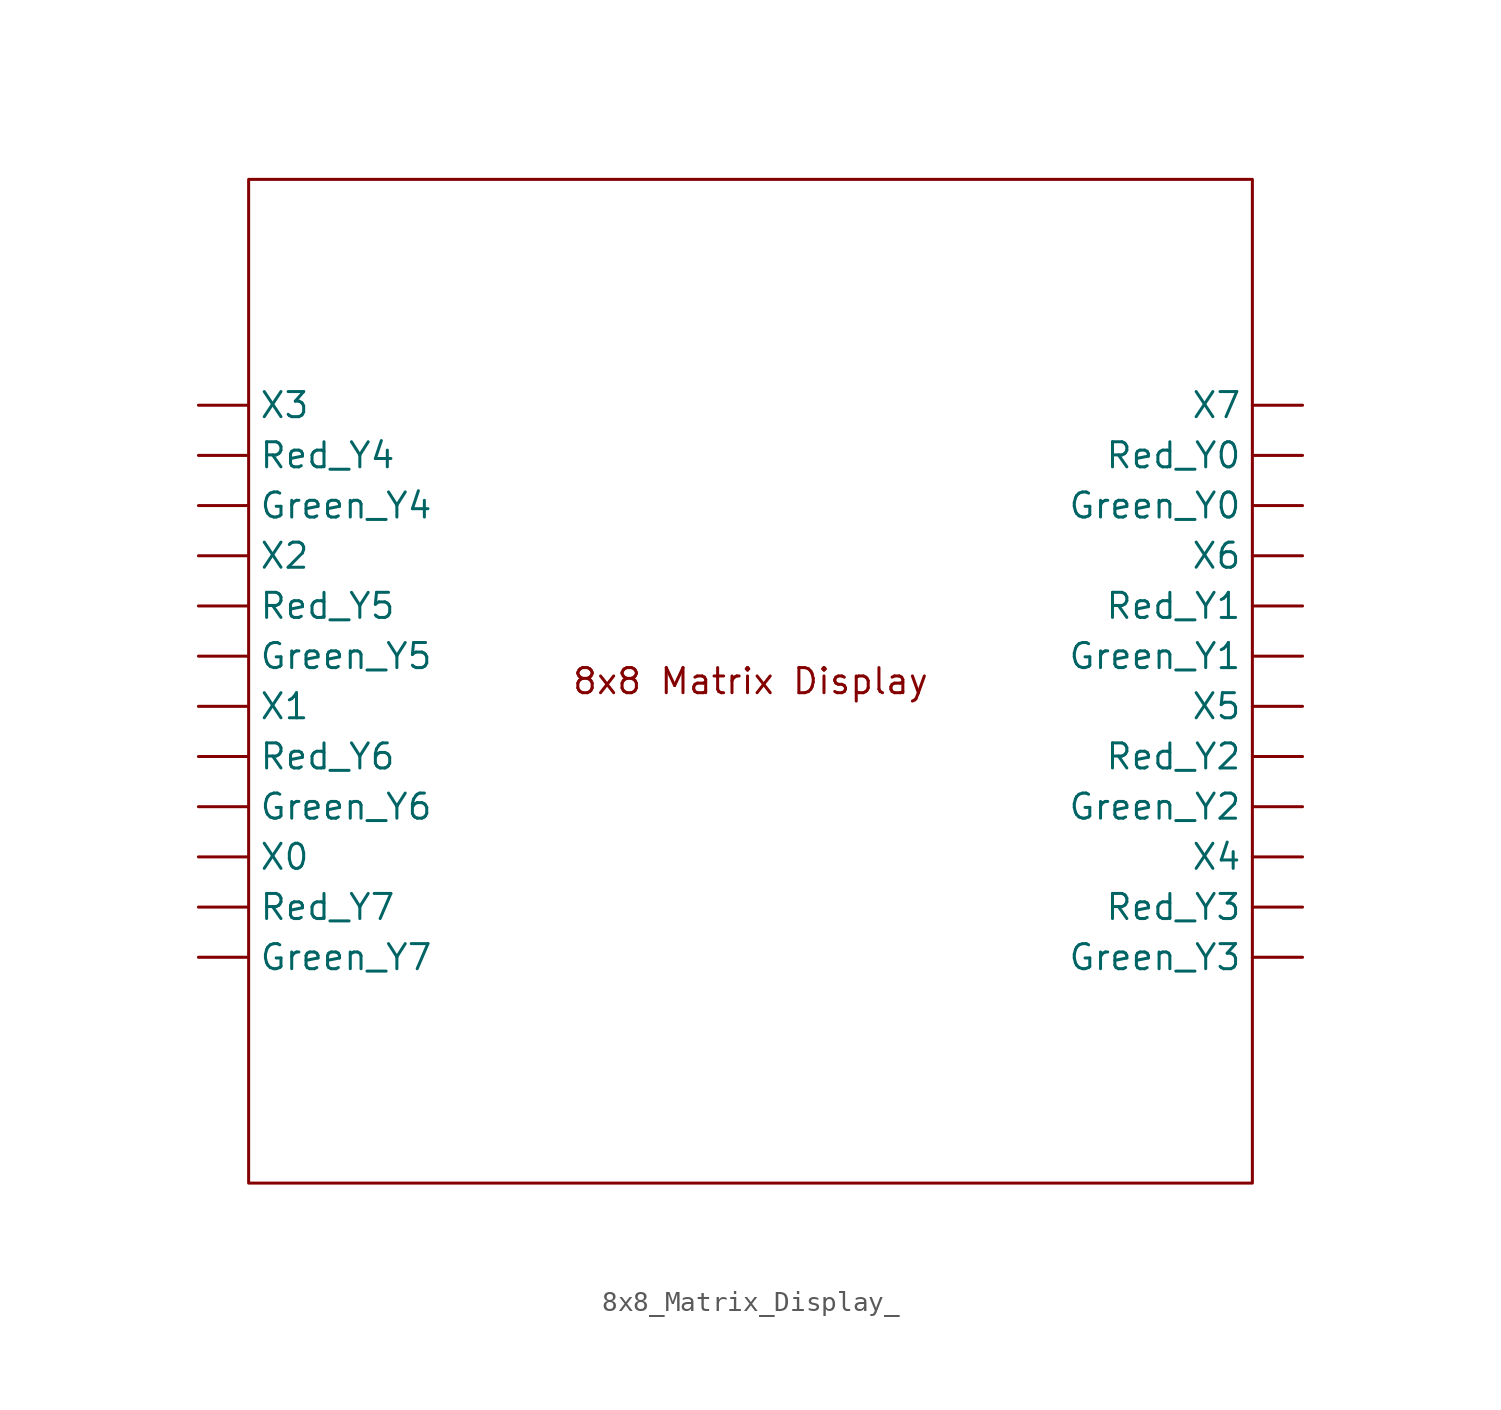
<source format=kicad_sym>
(kicad_symbol_lib
  (version 20220914)
  (generator kicad_symbol_editor)
  (symbol "8x8_Matrix_Display_"
    (property "Reference" "U"
      (at 0 0 0)
      (effects (font (size 1.27 1.27)) hide))
    (property "Value" ""
      (at 0 0 0)
      (effects (font (size 1.27 1.27))))
    (symbol "8x8_Matrix_Display__0_1"
      (rectangle (start -25.4 25.4) (end 25.4 -25.4) (stroke (width 0) (type default)) (fill (type none))))
    (symbol "8x8_Matrix_Display__1_1"
      (text "8x8 Matrix Display" (at 0 0 0) (effects (font (size 1.27 1.27))))
      (pin input line (at 27.94 8.89 180) (length 2.54) (name "Green_Y0" (effects (font (size 1.27 1.27)))) (number "" (effects (font (size 1.27 1.27)))))
      (pin input line (at 27.94 1.27 180) (length 2.54) (name "Green_Y1" (effects (font (size 1.27 1.27)))) (number "" (effects (font (size 1.27 1.27)))))
      (pin input line (at 27.94 -6.35 180) (length 2.54) (name "Green_Y2" (effects (font (size 1.27 1.27)))) (number "" (effects (font (size 1.27 1.27)))))
      (pin input line (at 27.94 -13.97 180) (length 2.54) (name "Green_Y3" (effects (font (size 1.27 1.27)))) (number "" (effects (font (size 1.27 1.27)))))
      (pin input line (at -27.94 8.89 0) (length 2.54) (name "Green_Y4" (effects (font (size 1.27 1.27)))) (number "" (effects (font (size 1.27 1.27)))))
      (pin input line (at -27.94 1.27 0) (length 2.54) (name "Green_Y5" (effects (font (size 1.27 1.27)))) (number "" (effects (font (size 1.27 1.27)))))
      (pin input line (at -27.94 -6.35 0) (length 2.54) (name "Green_Y6" (effects (font (size 1.27 1.27)))) (number "" (effects (font (size 1.27 1.27)))))
      (pin input line (at -27.94 -13.97 0) (length 2.54) (name "Green_Y7" (effects (font (size 1.27 1.27)))) (number "" (effects (font (size 1.27 1.27)))))
      (pin input line (at 27.94 11.43 180) (length 2.54) (name "Red_Y0" (effects (font (size 1.27 1.27)))) (number "" (effects (font (size 1.27 1.27)))))
      (pin input line (at 27.94 3.81 180) (length 2.54) (name "Red_Y1" (effects (font (size 1.27 1.27)))) (number "" (effects (font (size 1.27 1.27)))))
      (pin input line (at 27.94 -3.81 180) (length 2.54) (name "Red_Y2" (effects (font (size 1.27 1.27)))) (number "" (effects (font (size 1.27 1.27)))))
      (pin input line (at 27.94 -11.43 180) (length 2.54) (name "Red_Y3" (effects (font (size 1.27 1.27)))) (number "" (effects (font (size 1.27 1.27)))))
      (pin input line (at -27.94 11.43 0) (length 2.54) (name "Red_Y4" (effects (font (size 1.27 1.27)))) (number "" (effects (font (size 1.27 1.27)))))
      (pin input line (at -27.94 3.81 0) (length 2.54) (name "Red_Y5" (effects (font (size 1.27 1.27)))) (number "" (effects (font (size 1.27 1.27)))))
      (pin input line (at -27.94 -3.81 0) (length 2.54) (name "Red_Y6" (effects (font (size 1.27 1.27)))) (number "" (effects (font (size 1.27 1.27)))))
      (pin input line (at -27.94 -11.43 0) (length 2.54) (name "Red_Y7" (effects (font (size 1.27 1.27)))) (number "" (effects (font (size 1.27 1.27)))))
      (pin input line (at -27.94 -8.89 0) (length 2.54) (name "X0" (effects (font (size 1.27 1.27)))) (number "" (effects (font (size 1.27 1.27)))))
      (pin input line (at -27.94 -1.27 0) (length 2.54) (name "X1" (effects (font (size 1.27 1.27)))) (number "" (effects (font (size 1.27 1.27)))))
      (pin input line (at -27.94 6.35 0) (length 2.54) (name "X2" (effects (font (size 1.27 1.27)))) (number "" (effects (font (size 1.27 1.27)))))
      (pin input line (at -27.94 13.97 0) (length 2.54) (name "X3" (effects (font (size 1.27 1.27)))) (number "" (effects (font (size 1.27 1.27)))))
      (pin input line (at 27.94 -8.89 180) (length 2.54) (name "X4" (effects (font (size 1.27 1.27)))) (number "" (effects (font (size 1.27 1.27)))))
      (pin input line (at 27.94 -1.27 180) (length 2.54) (name "X5" (effects (font (size 1.27 1.27)))) (number "" (effects (font (size 1.27 1.27)))))
      (pin input line (at 27.94 6.35 180) (length 2.54) (name "X6" (effects (font (size 1.27 1.27)))) (number "" (effects (font (size 1.27 1.27)))))
      (pin input line (at 27.94 13.97 180) (length 2.54) (name "X7" (effects (font (size 1.27 1.27)))) (number "" (effects (font (size 1.27 1.27))))))))
</source>
